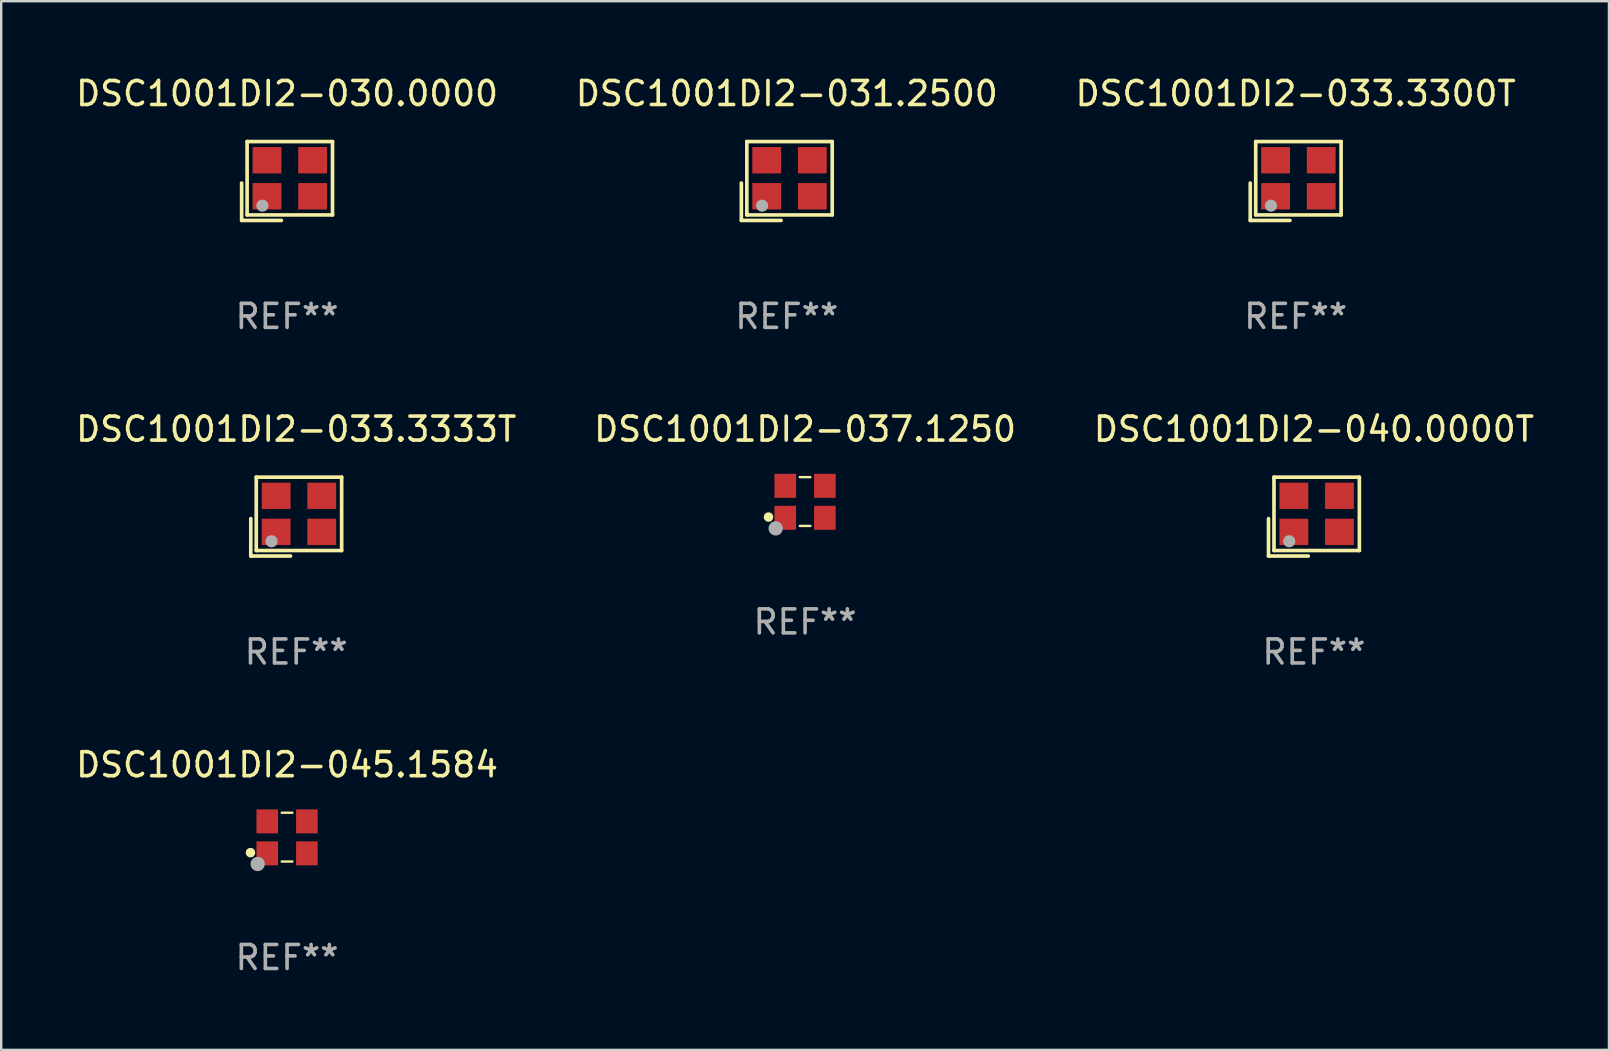
<source format=kicad_pcb>
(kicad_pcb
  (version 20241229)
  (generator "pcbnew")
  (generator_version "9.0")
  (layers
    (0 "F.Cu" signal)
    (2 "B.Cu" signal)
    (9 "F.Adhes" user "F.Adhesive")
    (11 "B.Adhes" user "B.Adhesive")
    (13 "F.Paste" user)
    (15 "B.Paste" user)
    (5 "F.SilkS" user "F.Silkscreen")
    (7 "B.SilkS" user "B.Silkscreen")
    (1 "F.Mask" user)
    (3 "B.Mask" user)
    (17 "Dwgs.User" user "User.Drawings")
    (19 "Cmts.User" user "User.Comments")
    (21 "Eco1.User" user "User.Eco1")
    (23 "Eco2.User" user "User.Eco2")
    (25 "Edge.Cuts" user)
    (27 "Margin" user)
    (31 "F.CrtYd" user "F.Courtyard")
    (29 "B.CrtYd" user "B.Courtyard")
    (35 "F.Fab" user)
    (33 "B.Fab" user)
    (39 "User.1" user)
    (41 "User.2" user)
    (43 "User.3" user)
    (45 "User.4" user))
  (footprint "DSC1001DI2-031.2500"
    (layer "F.Cu")
    (at 29.732 4.491)
    (property "Reference" "DSC1001DI2-031.2500" (at 0 -3.643 0) (layer "F.SilkS") (effects (font (size 1 1) (thickness 0.15))))
    (attr through_hole)
    (fp_line (start -1.893 0.086) (end -1.893 1.643) (stroke (width 0.152) (type solid)) (layer "F.SilkS"))
    (fp_line (start -1.893 1.643) (end -0.237 1.643) (stroke (width 0.152) (type solid)) (layer "F.SilkS"))
    (fp_line (start -1.665 -1.643) (end 1.893 -1.643) (stroke (width 0.152) (type solid)) (layer "F.SilkS"))
    (fp_line (start -1.665 1.414) (end -1.665 -1.643) (stroke (width 0.152) (type solid)) (layer "F.SilkS"))
    (fp_line (start 1.893 -1.643) (end 1.893 1.414) (stroke (width 0.152) (type solid)) (layer "F.SilkS"))
    (fp_line (start 1.893 1.414) (end -1.665 1.414) (stroke (width 0.152) (type solid)) (layer "F.SilkS"))
    (fp_circle (center -1.136 0.885) (end -1.106 0.885) (stroke (width 0.06) (type solid)) (fill no) (layer "F.SilkS"))
    (fp_circle (center -1.029 1.028) (end -0.902 1.028) (stroke (width 0.254) (type solid)) (fill no) (layer "F.Fab"))
    (fp_text user "REF**" (at 0 5.643 0) (layer "F.Fab") (effects (font (size 1 1) (thickness 0.15))))
    (pad "1" smd rect (at -0.836 0.636) (size 1.2 1.1) (layers "F.Cu" "F.Mask" "F.Paste"))
    (pad "2" smd rect (at 1.064 0.636) (size 1.2 1.1) (layers "F.Cu" "F.Mask" "F.Paste"))
    (pad "3" smd rect (at 1.064 -0.865) (size 1.2 1.1) (layers "F.Cu" "F.Mask" "F.Paste"))
    (pad "4" smd rect (at -0.836 -0.865) (size 1.2 1.1) (layers "F.Cu" "F.Mask" "F.Paste")))
  (footprint "DSC1001DI2-040.0000T"
    (layer "F.Cu")
    (at 51.696 18.474)
    (property "Reference" "DSC1001DI2-040.0000T" (at 0 -3.643 0) (layer "F.SilkS") (effects (font (size 1 1) (thickness 0.15))))
    (attr through_hole)
    (fp_line (start -1.893 0.086) (end -1.893 1.643) (stroke (width 0.152) (type solid)) (layer "F.SilkS"))
    (fp_line (start -1.893 1.643) (end -0.237 1.643) (stroke (width 0.152) (type solid)) (layer "F.SilkS"))
    (fp_line (start -1.665 -1.643) (end 1.893 -1.643) (stroke (width 0.152) (type solid)) (layer "F.SilkS"))
    (fp_line (start -1.665 1.414) (end -1.665 -1.643) (stroke (width 0.152) (type solid)) (layer "F.SilkS"))
    (fp_line (start 1.893 -1.643) (end 1.893 1.414) (stroke (width 0.152) (type solid)) (layer "F.SilkS"))
    (fp_line (start 1.893 1.414) (end -1.665 1.414) (stroke (width 0.152) (type solid)) (layer "F.SilkS"))
    (fp_circle (center -1.136 0.885) (end -1.106 0.885) (stroke (width 0.06) (type solid)) (fill no) (layer "F.SilkS"))
    (fp_circle (center -1.029 1.028) (end -0.902 1.028) (stroke (width 0.254) (type solid)) (fill no) (layer "F.Fab"))
    (fp_text user "REF**" (at 0 5.643 0) (layer "F.Fab") (effects (font (size 1 1) (thickness 0.15))))
    (pad "1" smd rect (at -0.836 0.636) (size 1.2 1.1) (layers "F.Cu" "F.Mask" "F.Paste"))
    (pad "2" smd rect (at 1.064 0.636) (size 1.2 1.1) (layers "F.Cu" "F.Mask" "F.Paste"))
    (pad "3" smd rect (at 1.064 -0.865) (size 1.2 1.1) (layers "F.Cu" "F.Mask" "F.Paste"))
    (pad "4" smd rect (at -0.836 -0.865) (size 1.2 1.1) (layers "F.Cu" "F.Mask" "F.Paste")))
  (footprint "DSC1001DI2-033.3300T"
    (layer "F.Cu")
    (at 50.935 4.491)
    (property "Reference" "DSC1001DI2-033.3300T" (at 0 -3.643 0) (layer "F.SilkS") (effects (font (size 1 1) (thickness 0.15))))
    (attr through_hole)
    (fp_line (start -1.893 0.086) (end -1.893 1.643) (stroke (width 0.152) (type solid)) (layer "F.SilkS"))
    (fp_line (start -1.893 1.643) (end -0.237 1.643) (stroke (width 0.152) (type solid)) (layer "F.SilkS"))
    (fp_line (start -1.665 -1.643) (end 1.893 -1.643) (stroke (width 0.152) (type solid)) (layer "F.SilkS"))
    (fp_line (start -1.665 1.414) (end -1.665 -1.643) (stroke (width 0.152) (type solid)) (layer "F.SilkS"))
    (fp_line (start 1.893 -1.643) (end 1.893 1.414) (stroke (width 0.152) (type solid)) (layer "F.SilkS"))
    (fp_line (start 1.893 1.414) (end -1.665 1.414) (stroke (width 0.152) (type solid)) (layer "F.SilkS"))
    (fp_circle (center -1.136 0.885) (end -1.106 0.885) (stroke (width 0.06) (type solid)) (fill no) (layer "F.SilkS"))
    (fp_circle (center -1.029 1.028) (end -0.902 1.028) (stroke (width 0.254) (type solid)) (fill no) (layer "F.Fab"))
    (fp_text user "REF**" (at 0 5.643 0) (layer "F.Fab") (effects (font (size 1 1) (thickness 0.15))))
    (pad "1" smd rect (at -0.836 0.636) (size 1.2 1.1) (layers "F.Cu" "F.Mask" "F.Paste"))
    (pad "2" smd rect (at 1.064 0.636) (size 1.2 1.1) (layers "F.Cu" "F.Mask" "F.Paste"))
    (pad "3" smd rect (at 1.064 -0.865) (size 1.2 1.1) (layers "F.Cu" "F.Mask" "F.Paste"))
    (pad "4" smd rect (at -0.836 -0.865) (size 1.2 1.1) (layers "F.Cu" "F.Mask" "F.Paste")))
  (footprint "DSC1001DI2-037.1250"
    (layer "F.Cu")
    (at 30.494 17.847)
    (property "Reference" "DSC1001DI2-037.1250" (at 0 -3.016 0) (layer "F.SilkS") (effects (font (size 1 1) (thickness 0.15))))
    (attr through_hole)
    (fp_line (start -0.221 -1.016) (end 0.221 -1.016) (stroke (width 0.1) (type solid)) (layer "F.SilkS"))
    (fp_line (start -0.221 1.016) (end 0.221 1.016) (stroke (width 0.1) (type solid)) (layer "F.SilkS"))
    (fp_circle (center -1.524 0.646) (end -1.424 0.646) (stroke (width 0.2) (type solid)) (fill no) (layer "F.SilkS"))
    (fp_circle (center -1.25 1) (end -1.22 1) (stroke (width 0.06) (type solid)) (fill no) (layer "F.SilkS"))
    (fp_circle (center -1.226 1.118) (end -1.076 1.118) (stroke (width 0.3) (type solid)) (fill no) (layer "F.Fab"))
    (fp_text user "REF**" (at 0 5.016 0) (layer "F.Fab") (effects (font (size 1 1) (thickness 0.15))))
    (pad "1" smd rect (at -0.825 0.676) (size 0.9 1) (layers "F.Cu" "F.Mask" "F.Paste"))
    (pad "2" smd rect (at 0.825 0.676) (size 0.9 1) (layers "F.Cu" "F.Mask" "F.Paste"))
    (pad "3" smd rect (at 0.825 -0.655) (size 0.9 1) (layers "F.Cu" "F.Mask" "F.Paste"))
    (pad "4" smd rect (at -0.825 -0.655) (size 0.9 1) (layers "F.Cu" "F.Mask" "F.Paste")))
  (footprint "DSC1001DI2-045.1584"
    (layer "F.Cu")
    (at 8.911 31.83)
    (property "Reference" "DSC1001DI2-045.1584" (at 0 -3.016 0) (layer "F.SilkS") (effects (font (size 1 1) (thickness 0.15))))
    (attr through_hole)
    (fp_line (start -0.221 -1.016) (end 0.221 -1.016) (stroke (width 0.1) (type solid)) (layer "F.SilkS"))
    (fp_line (start -0.221 1.016) (end 0.221 1.016) (stroke (width 0.1) (type solid)) (layer "F.SilkS"))
    (fp_circle (center -1.524 0.646) (end -1.424 0.646) (stroke (width 0.2) (type solid)) (fill no) (layer "F.SilkS"))
    (fp_circle (center -1.25 1) (end -1.22 1) (stroke (width 0.06) (type solid)) (fill no) (layer "F.SilkS"))
    (fp_circle (center -1.226 1.118) (end -1.076 1.118) (stroke (width 0.3) (type solid)) (fill no) (layer "F.Fab"))
    (fp_text user "REF**" (at 0 5.016 0) (layer "F.Fab") (effects (font (size 1 1) (thickness 0.15))))
    (pad "1" smd rect (at -0.825 0.676) (size 0.9 1) (layers "F.Cu" "F.Mask" "F.Paste"))
    (pad "2" smd rect (at 0.825 0.676) (size 0.9 1) (layers "F.Cu" "F.Mask" "F.Paste"))
    (pad "3" smd rect (at 0.825 -0.655) (size 0.9 1) (layers "F.Cu" "F.Mask" "F.Paste"))
    (pad "4" smd rect (at -0.825 -0.655) (size 0.9 1) (layers "F.Cu" "F.Mask" "F.Paste")))
  (footprint "DSC1001DI2-033.3333T"
    (layer "F.Cu")
    (at 9.292 18.474)
    (property "Reference" "DSC1001DI2-033.3333T" (at 0 -3.643 0) (layer "F.SilkS") (effects (font (size 1 1) (thickness 0.15))))
    (attr through_hole)
    (fp_line (start -1.893 0.086) (end -1.893 1.643) (stroke (width 0.152) (type solid)) (layer "F.SilkS"))
    (fp_line (start -1.893 1.643) (end -0.237 1.643) (stroke (width 0.152) (type solid)) (layer "F.SilkS"))
    (fp_line (start -1.665 -1.643) (end 1.893 -1.643) (stroke (width 0.152) (type solid)) (layer "F.SilkS"))
    (fp_line (start -1.665 1.414) (end -1.665 -1.643) (stroke (width 0.152) (type solid)) (layer "F.SilkS"))
    (fp_line (start 1.893 -1.643) (end 1.893 1.414) (stroke (width 0.152) (type solid)) (layer "F.SilkS"))
    (fp_line (start 1.893 1.414) (end -1.665 1.414) (stroke (width 0.152) (type solid)) (layer "F.SilkS"))
    (fp_circle (center -1.136 0.885) (end -1.106 0.885) (stroke (width 0.06) (type solid)) (fill no) (layer "F.SilkS"))
    (fp_circle (center -1.029 1.028) (end -0.902 1.028) (stroke (width 0.254) (type solid)) (fill no) (layer "F.Fab"))
    (fp_text user "REF**" (at 0 5.643 0) (layer "F.Fab") (effects (font (size 1 1) (thickness 0.15))))
    (pad "1" smd rect (at -0.836 0.636) (size 1.2 1.1) (layers "F.Cu" "F.Mask" "F.Paste"))
    (pad "2" smd rect (at 1.064 0.636) (size 1.2 1.1) (layers "F.Cu" "F.Mask" "F.Paste"))
    (pad "3" smd rect (at 1.064 -0.865) (size 1.2 1.1) (layers "F.Cu" "F.Mask" "F.Paste"))
    (pad "4" smd rect (at -0.836 -0.865) (size 1.2 1.1) (layers "F.Cu" "F.Mask" "F.Paste")))
  (footprint "DSC1001DI2-030.0000"
    (layer "F.Cu")
    (at 8.911 4.491)
    (property "Reference" "DSC1001DI2-030.0000" (at 0 -3.643 0) (layer "F.SilkS") (effects (font (size 1 1) (thickness 0.15))))
    (attr through_hole)
    (fp_line (start -1.893 0.086) (end -1.893 1.643) (stroke (width 0.152) (type solid)) (layer "F.SilkS"))
    (fp_line (start -1.893 1.643) (end -0.237 1.643) (stroke (width 0.152) (type solid)) (layer "F.SilkS"))
    (fp_line (start -1.665 -1.643) (end 1.893 -1.643) (stroke (width 0.152) (type solid)) (layer "F.SilkS"))
    (fp_line (start -1.665 1.414) (end -1.665 -1.643) (stroke (width 0.152) (type solid)) (layer "F.SilkS"))
    (fp_line (start 1.893 -1.643) (end 1.893 1.414) (stroke (width 0.152) (type solid)) (layer "F.SilkS"))
    (fp_line (start 1.893 1.414) (end -1.665 1.414) (stroke (width 0.152) (type solid)) (layer "F.SilkS"))
    (fp_circle (center -1.136 0.885) (end -1.106 0.885) (stroke (width 0.06) (type solid)) (fill no) (layer "F.SilkS"))
    (fp_circle (center -1.029 1.028) (end -0.902 1.028) (stroke (width 0.254) (type solid)) (fill no) (layer "F.Fab"))
    (fp_text user "REF**" (at 0 5.643 0) (layer "F.Fab") (effects (font (size 1 1) (thickness 0.15))))
    (pad "1" smd rect (at -0.836 0.636) (size 1.2 1.1) (layers "F.Cu" "F.Mask" "F.Paste"))
    (pad "2" smd rect (at 1.064 0.636) (size 1.2 1.1) (layers "F.Cu" "F.Mask" "F.Paste"))
    (pad "3" smd rect (at 1.064 -0.865) (size 1.2 1.1) (layers "F.Cu" "F.Mask" "F.Paste"))
    (pad "4" smd rect (at -0.836 -0.865) (size 1.2 1.1) (layers "F.Cu" "F.Mask" "F.Paste")))
  (gr_rect
    (start -3 -3)
    (end 63.988 40.694)
    (stroke (width 0.1) (type default))
    (fill no)
    (layer "Edge.Cuts")))
</source>
